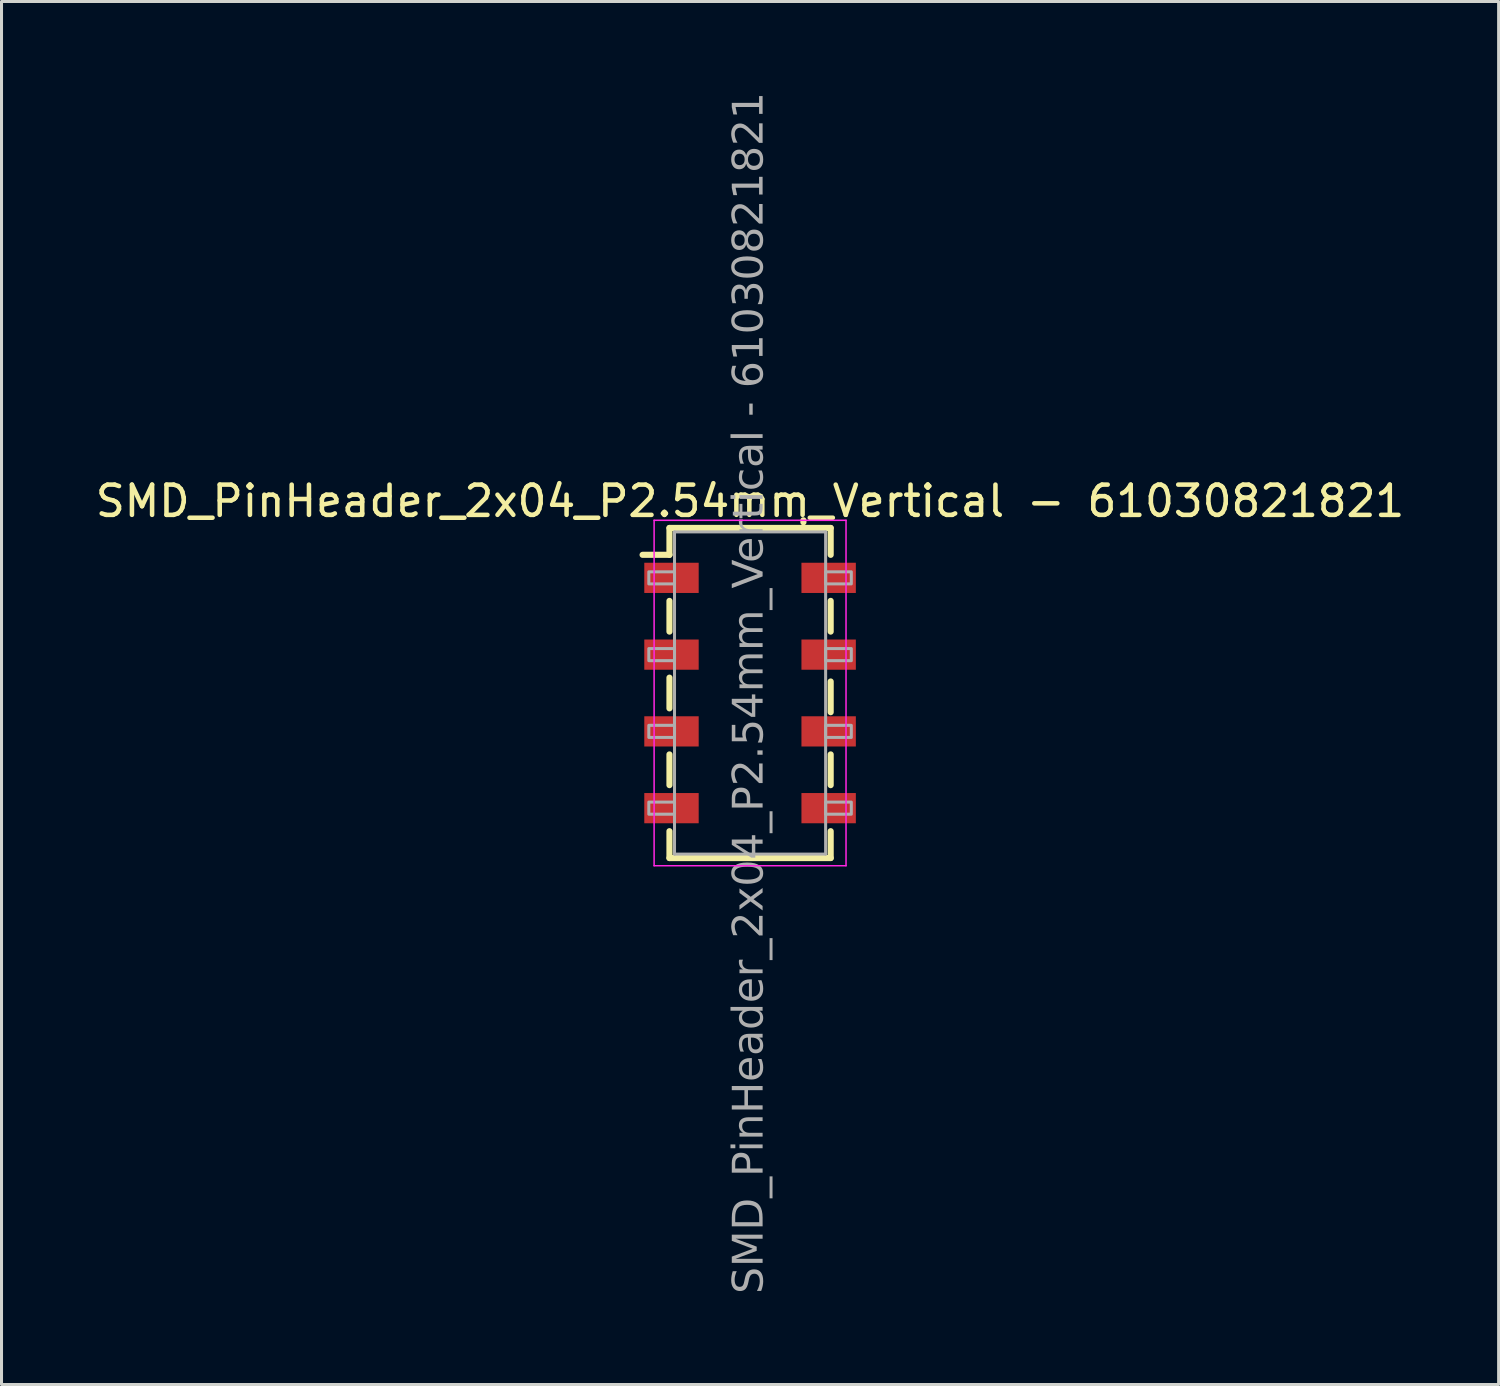
<source format=kicad_pcb>
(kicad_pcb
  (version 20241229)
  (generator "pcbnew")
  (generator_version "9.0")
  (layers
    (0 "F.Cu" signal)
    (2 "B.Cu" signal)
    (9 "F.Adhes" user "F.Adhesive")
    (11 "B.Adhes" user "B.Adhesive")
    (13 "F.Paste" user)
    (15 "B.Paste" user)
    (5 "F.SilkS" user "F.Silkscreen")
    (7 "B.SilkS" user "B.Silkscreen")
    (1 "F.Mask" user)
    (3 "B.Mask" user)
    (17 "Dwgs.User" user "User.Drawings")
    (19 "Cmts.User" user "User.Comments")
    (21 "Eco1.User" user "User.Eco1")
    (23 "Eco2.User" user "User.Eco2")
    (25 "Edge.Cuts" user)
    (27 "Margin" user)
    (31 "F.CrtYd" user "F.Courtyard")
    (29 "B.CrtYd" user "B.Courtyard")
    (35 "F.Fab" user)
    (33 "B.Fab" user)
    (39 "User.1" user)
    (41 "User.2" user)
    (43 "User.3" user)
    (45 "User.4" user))
  (footprint "SMD_PinHeader_2x04_P2.54mm_Vertical - 61030821821"
    (layer "F.Cu")
    (at 21.768 19.88)
    (property "Reference" "SMD_PinHeader_2x04_P2.54mm_Vertical - 61030821821" (at 0 -6.35 0) (layer "F.SilkS") (effects (font (size 1 1) (thickness 0.15))))
    (attr smd)
    (fp_line (start -2.667 -5.461) (end -2.667 -4.572) (stroke (width 0.203) (type solid)) (layer "F.SilkS"))
    (fp_line (start -2.667 -5.461) (end 2.667 -5.461) (stroke (width 0.203) (type solid)) (layer "F.SilkS"))
    (fp_line (start -2.667 -4.572) (end -3.556 -4.572) (stroke (width 0.203) (type solid)) (layer "F.SilkS"))
    (fp_line (start -2.667 -3.048) (end -2.667 -2.032) (stroke (width 0.203) (type solid)) (layer "F.SilkS"))
    (fp_line (start -2.667 -0.508) (end -2.667 0.508) (stroke (width 0.203) (type solid)) (layer "F.SilkS"))
    (fp_line (start -2.667 2.032) (end -2.667 3.048) (stroke (width 0.203) (type solid)) (layer "F.SilkS"))
    (fp_line (start -2.667 4.572) (end -2.667 5.461) (stroke (width 0.203) (type solid)) (layer "F.SilkS"))
    (fp_line (start -2.667 5.461) (end 2.667 5.461) (stroke (width 0.203) (type solid)) (layer "F.SilkS"))
    (fp_line (start 1.765 -5.715) (end 1.765 -5.65) (stroke (width 0.203) (type solid)) (layer "F.SilkS"))
    (fp_line (start 2.667 -5.461) (end 2.667 -4.572) (stroke (width 0.203) (type solid)) (layer "F.SilkS"))
    (fp_line (start 2.667 -3.048) (end 2.667 -2.032) (stroke (width 0.203) (type solid)) (layer "F.SilkS"))
    (fp_line (start 2.667 -0.381) (end 2.667 0.635) (stroke (width 0.203) (type solid)) (layer "F.SilkS"))
    (fp_line (start 2.667 2.032) (end 2.667 3.048) (stroke (width 0.203) (type solid)) (layer "F.SilkS"))
    (fp_line (start 2.667 4.572) (end 2.667 5.461) (stroke (width 0.203) (type solid)) (layer "F.SilkS"))
    (fp_line (start -3.175 -5.715) (end -3.175 5.715) (stroke (width 0.05) (type solid)) (layer "F.CrtYd"))
    (fp_line (start -3.175 5.715) (end 3.175 5.715) (stroke (width 0.05) (type solid)) (layer "F.CrtYd"))
    (fp_line (start 3.175 -5.715) (end -3.175 -5.715) (stroke (width 0.05) (type solid)) (layer "F.CrtYd"))
    (fp_line (start 3.175 5.715) (end 3.175 -5.715) (stroke (width 0.05) (type solid)) (layer "F.CrtYd"))
    (fp_line (start -2.5 -5.33) (end 2.5 -5.33) (stroke (width 0.1) (type solid)) (layer "F.Fab"))
    (fp_line (start -2.5 5.33) (end -2.5 -5.33) (stroke (width 0.1) (type solid)) (layer "F.Fab"))
    (fp_line (start 2.5 -5.33) (end 2.5 5.33) (stroke (width 0.1) (type solid)) (layer "F.Fab"))
    (fp_line (start 2.5 5.33) (end -2.5 5.33) (stroke (width 0.1) (type solid)) (layer "F.Fab"))
    (fp_rect (start -3.35 -3.61) (end -2.5 -4.01) (stroke (width 0.1) (type solid)) (fill no) (layer "F.Fab"))
    (fp_rect (start -3.35 -1.07) (end -2.5 -1.47) (stroke (width 0.1) (type solid)) (fill no) (layer "F.Fab"))
    (fp_rect (start -3.35 1.47) (end -2.5 1.07) (stroke (width 0.1) (type solid)) (fill no) (layer "F.Fab"))
    (fp_rect (start -3.35 4.01) (end -2.5 3.61) (stroke (width 0.1) (type solid)) (fill no) (layer "F.Fab"))
    (fp_rect (start 3.35 -3.61) (end 2.5 -4.01) (stroke (width 0.1) (type solid)) (fill no) (layer "F.Fab"))
    (fp_rect (start 3.35 -1.07) (end 2.5 -1.47) (stroke (width 0.1) (type solid)) (fill no) (layer "F.Fab"))
    (fp_rect (start 3.35 1.47) (end 2.5 1.07) (stroke (width 0.1) (type solid)) (fill no) (layer "F.Fab"))
    (fp_rect (start 3.35 4.01) (end 2.5 3.61) (stroke (width 0.1) (type solid)) (fill no) (layer "F.Fab"))
    (fp_text user "${REFERENCE}" (at 0 0 90) (layer "F.Fab") (effects (font (face "Tahoma") (size 1 1) (thickness 0.15))))
    (pad "1" smd rect (at -2.6 -3.81) (size 1.8 1) (layers "F.Cu" "F.Mask" "F.Paste"))
    (pad "2" smd rect (at 2.6 -3.81) (size 1.8 1) (layers "F.Cu" "F.Mask" "F.Paste"))
    (pad "3" smd rect (at -2.6 -1.27) (size 1.8 1) (layers "F.Cu" "F.Mask" "F.Paste"))
    (pad "4" smd rect (at 2.6 -1.27) (size 1.8 1) (layers "F.Cu" "F.Mask" "F.Paste"))
    (pad "5" smd rect (at -2.6 1.27) (size 1.8 1) (layers "F.Cu" "F.Mask" "F.Paste"))
    (pad "6" smd rect (at 2.6 1.27) (size 1.8 1) (layers "F.Cu" "F.Mask" "F.Paste"))
    (pad "7" smd rect (at -2.6 3.81) (size 1.8 1) (layers "F.Cu" "F.Mask" "F.Paste"))
    (pad "8" smd rect (at 2.6 3.81) (size 1.8 1) (layers "F.Cu" "F.Mask" "F.Paste")))
  (gr_rect
    (start -3 -3)
    (end 46.536 42.76)
    (stroke (width 0.1) (type default))
    (fill no)
    (layer "Edge.Cuts")))
</source>
